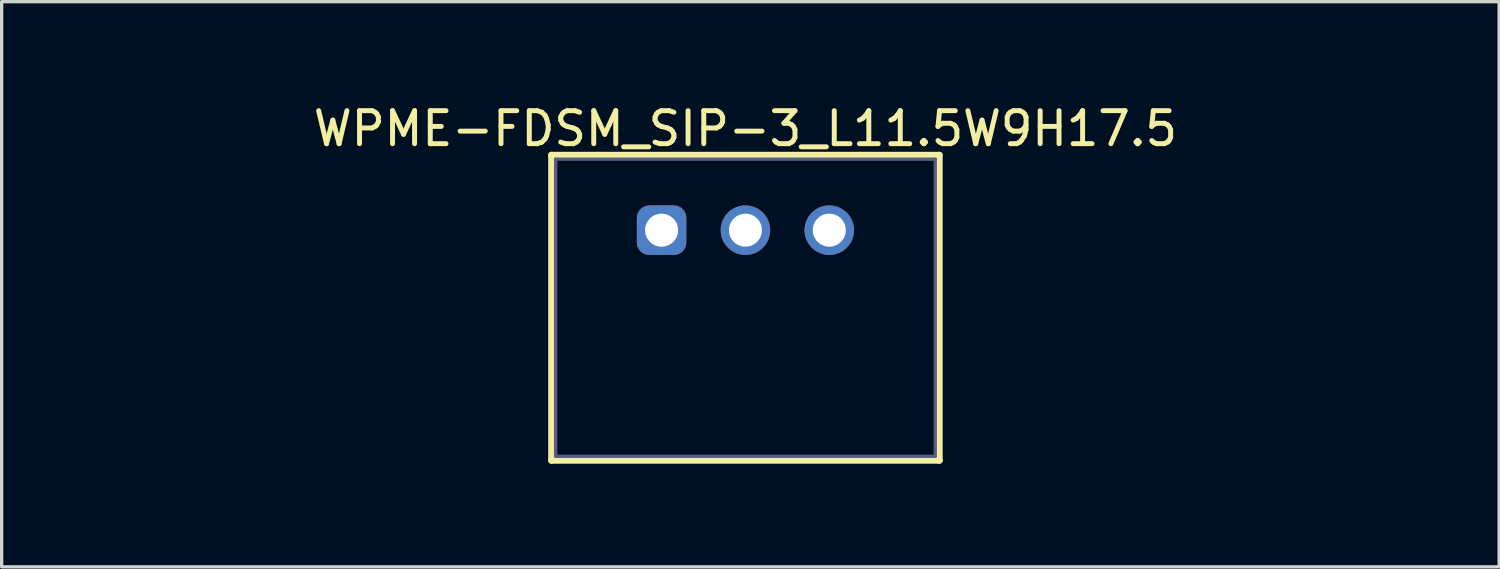
<source format=kicad_pcb>
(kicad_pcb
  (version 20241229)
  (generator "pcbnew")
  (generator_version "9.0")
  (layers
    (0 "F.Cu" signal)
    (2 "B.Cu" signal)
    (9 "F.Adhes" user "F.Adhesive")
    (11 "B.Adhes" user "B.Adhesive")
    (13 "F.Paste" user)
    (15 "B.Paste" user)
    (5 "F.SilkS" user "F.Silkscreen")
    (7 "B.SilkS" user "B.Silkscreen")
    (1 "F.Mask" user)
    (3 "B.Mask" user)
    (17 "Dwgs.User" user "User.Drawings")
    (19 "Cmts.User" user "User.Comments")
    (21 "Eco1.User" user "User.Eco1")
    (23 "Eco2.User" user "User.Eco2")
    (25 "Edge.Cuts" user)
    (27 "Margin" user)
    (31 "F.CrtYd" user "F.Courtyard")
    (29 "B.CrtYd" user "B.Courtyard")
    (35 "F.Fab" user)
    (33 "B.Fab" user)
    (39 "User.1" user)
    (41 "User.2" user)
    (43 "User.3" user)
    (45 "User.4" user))
  (footprint "WPME-FDSM_SIP-3_L11.5W9H17.5"
    (layer "F.Cu")
    (at 19.532 6.273)
    (property "Reference" "WPME-FDSM_SIP-3_L11.5W9H17.5" (at 0 -5.425 0) (layer "F.SilkS") (effects (font (size 1 1) (thickness 0.15))))
    (fp_line (start -5.875 -4.625) (end 5.875 -4.625) (stroke (width 0.2) (type solid)) (layer "F.SilkS"))
    (fp_line (start -5.875 4.625) (end -5.875 -4.625) (stroke (width 0.2) (type solid)) (layer "F.SilkS"))
    (fp_line (start -5.875 4.625) (end 5.875 4.625) (stroke (width 0.2) (type solid)) (layer "F.SilkS"))
    (fp_line (start 5.875 4.625) (end 5.875 -4.625) (stroke (width 0.2) (type solid)) (layer "F.SilkS"))
    (fp_line (start -6.075 -4.825) (end 6.075 -4.825) (stroke (width 0.05) (type solid)) (layer "Eco2.User"))
    (fp_line (start -6.075 4.825) (end -6.075 -4.825) (stroke (width 0.05) (type solid)) (layer "Eco2.User"))
    (fp_line (start -6.075 4.825) (end 6.075 4.825) (stroke (width 0.05) (type solid)) (layer "Eco2.User"))
    (fp_line (start -5.75 -4.5) (end 5.75 -4.5) (stroke (width 0.1) (type solid)) (layer "Eco2.User"))
    (fp_line (start -5.75 4.5) (end -5.75 -4.5) (stroke (width 0.1) (type solid)) (layer "Eco2.User"))
    (fp_line (start -5.75 4.5) (end 5.75 4.5) (stroke (width 0.1) (type solid)) (layer "Eco2.User"))
    (fp_line (start -0.5 0) (end 0.5 0) (stroke (width 0.05) (type solid)) (layer "Eco2.User"))
    (fp_line (start 0 0.5) (end 0 -0.5) (stroke (width 0.05) (type solid)) (layer "Eco2.User"))
    (fp_line (start 5.75 4.5) (end 5.75 -4.5) (stroke (width 0.1) (type solid)) (layer "Eco2.User"))
    (fp_line (start 6.075 4.825) (end 6.075 -4.825) (stroke (width 0.05) (type solid)) (layer "Eco2.User"))
    (fp_line (start -5.75 -4.5) (end 5.75 -4.5) (stroke (width 0.1) (type solid)) (layer "B.Fab"))
    (fp_line (start -5.75 4.5) (end -5.75 -4.5) (stroke (width 0.1) (type solid)) (layer "B.Fab"))
    (fp_line (start -5.75 4.5) (end 5.75 4.5) (stroke (width 0.1) (type solid)) (layer "B.Fab"))
    (fp_line (start 5.75 4.5) (end 5.75 -4.5) (stroke (width 0.1) (type solid)) (layer "B.Fab"))
    (fp_text user "${REFERENCE}" (at 0.15 -0.197 0) (unlocked yes) (layer "User.3") (effects (font (size 1.5 1.5) (thickness 0.15))))
    (pad "1" thru_hole roundrect (at -2.54 -2.35) (size 1.5 1.5) (drill 1) (layers "*.Cu" "*.Mask") (roundrect_rratio 0.25))
    (pad "2" thru_hole circle (at 0 -2.35) (size 1.5 1.5) (drill 1) (layers "*.Cu" "*.Mask"))
    (pad "3" thru_hole circle (at 2.54 -2.35) (size 1.5 1.5) (drill 1) (layers "*.Cu" "*.Mask")))
  (gr_rect
    (start -3 -3)
    (end 42.364 14.123)
    (stroke (width 0.1) (type default))
    (fill no)
    (layer "Edge.Cuts")))
</source>
